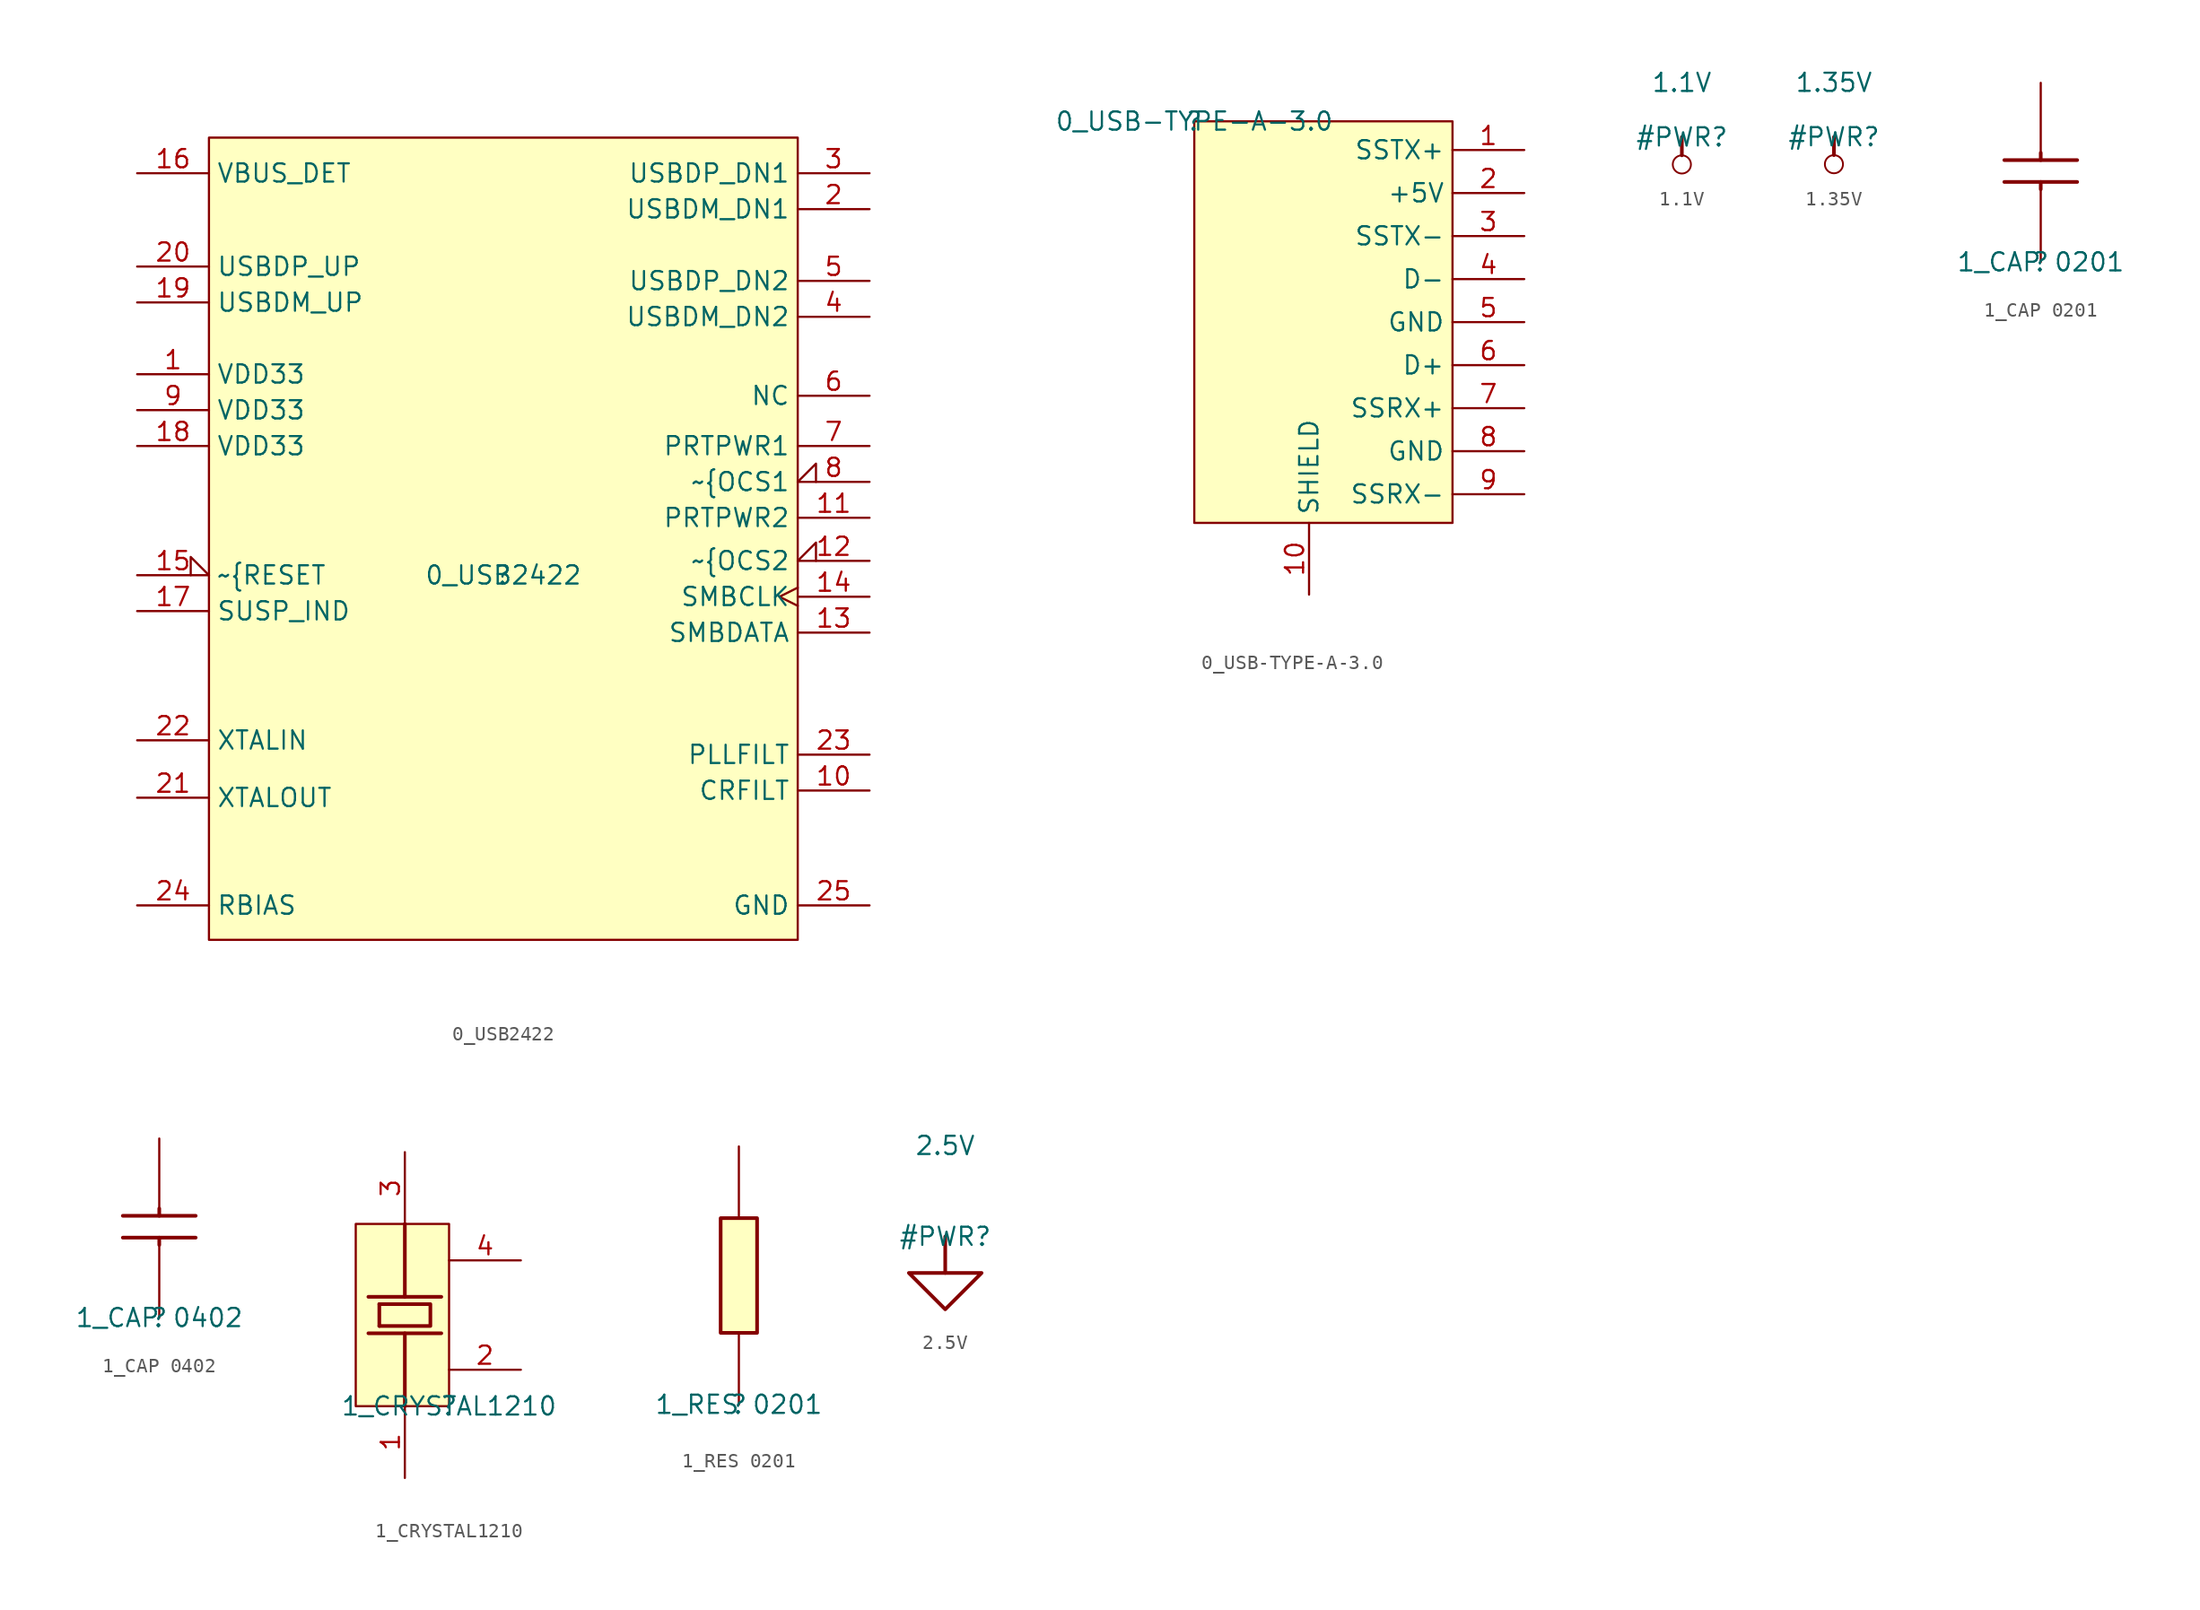
<source format=kicad_sym>
(kicad_symbol_lib
  (version 20210619)
  (generator kicad_symbol_editor)
  (symbol "e-verest-altium-import:0_USB2422"
    (property "Reference" ""
      (at 0 0 0)
      (effects (font (size 1.27 1.27))))
    (property "Value" "0_USB2422"
      (at 0 0 0)
      (effects (font (size 1.27 1.27))))
    (symbol "0_USB2422_1_0"
      (rectangle (start 20.5 30.48) (end -20.5 -25.4) (stroke (width 0)) (fill (type background)))
      (pin passive line (at 25.5 -23 180) (length 5) (name "GND" (effects (font (size 1.27 1.27)))) (number "25" (effects (font (size 1.27 1.27)))))
      (pin power_in line (at -25.5 14 0) (length 5) (name "VDD33" (effects (font (size 1.27 1.27)))) (number "1" (effects (font (size 1.27 1.27)))))
      (pin passive line (at 25.5 -15 180) (length 5) (name "CRFILT" (effects (font (size 1.27 1.27)))) (number "10" (effects (font (size 1.27 1.27)))))
      (pin output line (at 25.5 4 180) (length 5) (name "PRTPWR2" (effects (font (size 1.27 1.27)))) (number "11" (effects (font (size 1.27 1.27)))))
      (pin passive input_low (at 25.5 1 180) (length 5) (name "~{OCS2" (effects (font (size 1.27 1.27)))) (number "12" (effects (font (size 1.27 1.27)))))
      (pin bidirectional line (at 25.5 -4 180) (length 5) (name "SMBDATA" (effects (font (size 1.27 1.27)))) (number "13" (effects (font (size 1.27 1.27)))))
      (pin passive clock (at 25.5 -1.5 180) (length 5) (name "SMBCLK" (effects (font (size 1.27 1.27)))) (number "14" (effects (font (size 1.27 1.27)))))
      (pin passive input_low (at -25.5 0 0) (length 5) (name "~{RESET" (effects (font (size 1.27 1.27)))) (number "15" (effects (font (size 1.27 1.27)))))
      (pin passive line (at -25.5 28 0) (length 5) (name "VBUS_DET" (effects (font (size 1.27 1.27)))) (number "16" (effects (font (size 1.27 1.27)))))
      (pin passive line (at -25.5 -2.5 0) (length 5) (name "SUSP_IND" (effects (font (size 1.27 1.27)))) (number "17" (effects (font (size 1.27 1.27)))))
      (pin power_in line (at -25.5 9 0) (length 5) (name "VDD33" (effects (font (size 1.27 1.27)))) (number "18" (effects (font (size 1.27 1.27)))))
      (pin passive line (at -25.5 19 0) (length 5) (name "USBDM_UP" (effects (font (size 1.27 1.27)))) (number "19" (effects (font (size 1.27 1.27)))))
      (pin passive line (at 25.5 25.5 180) (length 5) (name "USBDM_DN1" (effects (font (size 1.27 1.27)))) (number "2" (effects (font (size 1.27 1.27)))))
      (pin passive line (at -25.5 21.5 0) (length 5) (name "USBDP_UP" (effects (font (size 1.27 1.27)))) (number "20" (effects (font (size 1.27 1.27)))))
      (pin passive line (at -25.5 -15.5 0) (length 5) (name "XTALOUT" (effects (font (size 1.27 1.27)))) (number "21" (effects (font (size 1.27 1.27)))))
      (pin passive line (at -25.5 -11.5 0) (length 5) (name "XTALIN" (effects (font (size 1.27 1.27)))) (number "22" (effects (font (size 1.27 1.27)))))
      (pin passive line (at 25.5 -12.5 180) (length 5) (name "PLLFILT" (effects (font (size 1.27 1.27)))) (number "23" (effects (font (size 1.27 1.27)))))
      (pin passive line (at -25.5 -23 0) (length 5) (name "RBIAS" (effects (font (size 1.27 1.27)))) (number "24" (effects (font (size 1.27 1.27)))))
      (pin passive line (at 25.5 28 180) (length 5) (name "USBDP_DN1" (effects (font (size 1.27 1.27)))) (number "3" (effects (font (size 1.27 1.27)))))
      (pin passive line (at 25.5 18 180) (length 5) (name "USBDM_DN2" (effects (font (size 1.27 1.27)))) (number "4" (effects (font (size 1.27 1.27)))))
      (pin passive line (at 25.5 20.5 180) (length 5) (name "USBDP_DN2" (effects (font (size 1.27 1.27)))) (number "5" (effects (font (size 1.27 1.27)))))
      (pin passive line (at 25.5 12.5 180) (length 5) (name "NC" (effects (font (size 1.27 1.27)))) (number "6" (effects (font (size 1.27 1.27)))))
      (pin output line (at 25.5 9 180) (length 5) (name "PRTPWR1" (effects (font (size 1.27 1.27)))) (number "7" (effects (font (size 1.27 1.27)))))
      (pin passive input_low (at 25.5 6.5 180) (length 5) (name "~{OCS1" (effects (font (size 1.27 1.27)))) (number "8" (effects (font (size 1.27 1.27)))))
      (pin power_in line (at -25.5 11.5 0) (length 5) (name "VDD33" (effects (font (size 1.27 1.27)))) (number "9" (effects (font (size 1.27 1.27)))))))
  (symbol "e-verest-altium-import:0_USB-TYPE-A-3.0"
    (property "Reference" ""
      (at 0 0 0)
      (effects (font (size 1.27 1.27))))
    (property "Value" "0_USB-TYPE-A-3.0"
      (at 0 0 0)
      (effects (font (size 1.27 1.27))))
    (symbol "0_USB-TYPE-A-3.0_1_0"
      (rectangle (start 18 0) (end 0 -28) (stroke (width 0)) (fill (type background)))
      (pin output line (at 23 -2 180) (length 5) (name "SSTX+" (effects (font (size 1.27 1.27)))) (number "1" (effects (font (size 1.27 1.27)))))
      (pin passive line (at 8 -33 90) (length 5) (name "SHIELD" (effects (font (size 1.27 1.27)))) (number "10" (effects (font (size 1.27 1.27)))))
      (pin power_in line (at 23 -5 180) (length 5) (name "+5V" (effects (font (size 1.27 1.27)))) (number "2" (effects (font (size 1.27 1.27)))))
      (pin output line (at 23 -8 180) (length 5) (name "SSTX-" (effects (font (size 1.27 1.27)))) (number "3" (effects (font (size 1.27 1.27)))))
      (pin bidirectional line (at 23 -11 180) (length 5) (name "D-" (effects (font (size 1.27 1.27)))) (number "4" (effects (font (size 1.27 1.27)))))
      (pin passive line (at 23 -14 180) (length 5) (name "GND" (effects (font (size 1.27 1.27)))) (number "5" (effects (font (size 1.27 1.27)))))
      (pin bidirectional line (at 23 -17 180) (length 5) (name "D+" (effects (font (size 1.27 1.27)))) (number "6" (effects (font (size 1.27 1.27)))))
      (pin input line (at 23 -20 180) (length 5) (name "SSRX+" (effects (font (size 1.27 1.27)))) (number "7" (effects (font (size 1.27 1.27)))))
      (pin power_in line (at 23 -23 180) (length 5) (name "GND" (effects (font (size 1.27 1.27)))) (number "8" (effects (font (size 1.27 1.27)))))
      (pin input line (at 23 -26 180) (length 5) (name "SSRX-" (effects (font (size 1.27 1.27)))) (number "9" (effects (font (size 1.27 1.27)))))))
  (symbol "e-verest-altium-import:1.1V"
    (power)
    (property "Reference" "#PWR"
      (at 0 0 0)
      (effects (font (size 1.27 1.27))))
    (property "Value" "1.1V"
      (at 0 3.81 0)
      (effects (font (size 1.27 1.27))))
    (symbol "1.1V_0_0"
      (circle (center 0 -1.905) (radius 0.635) (stroke (width 0.127)) (fill (type none)))
      (polyline (pts (xy 0 0) (xy 0 -1.27)) (stroke (width 0.254)) (fill (type none)))
      (pin power_in line (at 0 0 0) (length 0) hide (name "1.1V" (effects (font (size 1.27 1.27)))) (number "" (effects (font (size 1.27 1.27)))))))
  (symbol "e-verest-altium-import:1.35V"
    (power)
    (property "Reference" "#PWR"
      (at 0 0 0)
      (effects (font (size 1.27 1.27))))
    (property "Value" "1.35V"
      (at 0 3.81 0)
      (effects (font (size 1.27 1.27))))
    (symbol "1.35V_0_0"
      (circle (center 0 -1.905) (radius 0.635) (stroke (width 0.127)) (fill (type none)))
      (polyline (pts (xy 0 0) (xy 0 -1.27)) (stroke (width 0.254)) (fill (type none)))
      (pin power_in line (at 0 0 0) (length 0) hide (name "1.35V" (effects (font (size 1.27 1.27)))) (number "" (effects (font (size 1.27 1.27)))))))
  (symbol "e-verest-altium-import:1_CAP 0201"
    (property "Reference" ""
      (at 0 0 0)
      (effects (font (size 1.27 1.27))))
    (property "Value" "1_CAP 0201"
      (at 0 0 0)
      (effects (font (size 1.27 1.27))))
    (symbol "1_CAP 0201_1_0"
      (polyline (pts (xy 0 7.112) (xy 0 7.62)) (stroke (width 0.254)) (fill (type none)))
      (polyline (pts (xy -2.54 5.588) (xy 2.54 5.588)) (stroke (width 0.254)) (fill (type none)))
      (polyline (pts (xy -2.54 7.112) (xy 2.54 7.112)) (stroke (width 0.254)) (fill (type none)))
      (polyline (pts (xy 0 5.08) (xy 0 5.588)) (stroke (width 0.254)) (fill (type none)))
      (pin passive line (at 0 0 90) (length 5) (name "1" (effects (font (size 0 0)))) (number "1" (effects (font (size 0 0)))))
      (pin passive line (at 0 12.5 270) (length 5) (name "2" (effects (font (size 0 0)))) (number "2" (effects (font (size 0 0)))))))
  (symbol "e-verest-altium-import:1_CAP 0402"
    (property "Reference" ""
      (at 0 0 0)
      (effects (font (size 1.27 1.27))))
    (property "Value" "1_CAP 0402"
      (at 0 0 0)
      (effects (font (size 1.27 1.27))))
    (symbol "1_CAP 0402_1_0"
      (polyline (pts (xy 0 7.112) (xy 0 7.62)) (stroke (width 0.254)) (fill (type none)))
      (polyline (pts (xy -2.54 5.588) (xy 2.54 5.588)) (stroke (width 0.254)) (fill (type none)))
      (polyline (pts (xy -2.54 7.112) (xy 2.54 7.112)) (stroke (width 0.254)) (fill (type none)))
      (polyline (pts (xy 0 5.08) (xy 0 5.588)) (stroke (width 0.254)) (fill (type none)))
      (pin passive line (at 0 0 90) (length 5) (name "1" (effects (font (size 0 0)))) (number "1" (effects (font (size 0 0)))))
      (pin passive line (at 0 12.5 270) (length 5) (name "2" (effects (font (size 0 0)))) (number "2" (effects (font (size 0 0)))))))
  (symbol "e-verest-altium-import:1_CRYSTAL1210"
    (property "Reference" ""
      (at 0 0 0)
      (effects (font (size 1.27 1.27))))
    (property "Value" "1_CRYSTAL1210"
      (at 0 0 0)
      (effects (font (size 1.27 1.27))))
    (symbol "1_CRYSTAL1210_1_0"
      (rectangle (start 0 12.7) (end -6.5 0) (stroke (width 0)) (fill (type background)))
      (polyline (pts (xy -3.08 7.62) (xy -3.08 12.7)) (stroke (width 0.254)) (fill (type none)))
      (polyline (pts (xy -5.62 5.08) (xy -0.54 5.08)) (stroke (width 0.254)) (fill (type none)))
      (polyline (pts (xy -5.62 7.62) (xy -0.54 7.62)) (stroke (width 0.254)) (fill (type none)))
      (polyline (pts (xy -4.858 5.588) (xy -4.858 7.112)) (stroke (width 0.254)) (fill (type none)))
      (polyline (pts (xy -3.08 0) (xy -3.08 5.08)) (stroke (width 0.254)) (fill (type none)))
      (polyline (pts (xy -4.858 7.112) (xy -1.302 7.112) (xy -1.302 5.588) (xy -4.858 5.588)) (stroke (width 0.254)) (fill (type none)))
      (pin passive line (at -3.08 -5 90) (length 5) (name "X1" (effects (font (size 0 0)))) (number "1" (effects (font (size 1.27 1.27)))))
      (pin passive line (at 5 2.54 180) (length 5) (name "GND" (effects (font (size 0 0)))) (number "2" (effects (font (size 1.27 1.27)))))
      (pin passive line (at -3.08 17.7 270) (length 5) (name "X2" (effects (font (size 0 0)))) (number "3" (effects (font (size 1.27 1.27)))))
      (pin passive line (at 5 10.16 180) (length 5) (name "GND" (effects (font (size 0 0)))) (number "4" (effects (font (size 1.27 1.27)))))))
  (symbol "e-verest-altium-import:1_RES 0201"
    (property "Reference" ""
      (at 0 0 0)
      (effects (font (size 1.27 1.27))))
    (property "Value" "1_RES 0201"
      (at 0 0 0)
      (effects (font (size 1.27 1.27))))
    (symbol "1_RES 0201_1_0"
      (rectangle (start 1.27 13) (end -1.27 5) (stroke (width 0.254)) (fill (type background)))
      (pin passive line (at 0 18 270) (length 5) (name "2" (effects (font (size 0 0)))) (number "2" (effects (font (size 0 0)))))
      (pin passive line (at 0 0 90) (length 5) (name "1" (effects (font (size 0 0)))) (number "1" (effects (font (size 0 0)))))))
  (symbol "e-verest-altium-import:2.5V"
    (power)
    (property "Reference" "#PWR"
      (at 0 0 0)
      (effects (font (size 1.27 1.27))))
    (property "Value" "2.5V"
      (at 0 6.35 0)
      (effects (font (size 1.27 1.27))))
    (symbol "2.5V_0_0"
      (polyline (pts (xy -2.54 -2.54) (xy 2.54 -2.54) (xy 0 -5.08) (xy -2.54 -2.54)) (stroke (width 0.254)) (fill (type none)))
      (polyline (pts (xy 0 0) (xy 0 -2.54)) (stroke (width 0.254)) (fill (type none)))
      (pin power_in line (at 0 0 0) (length 0) hide (name "2.5V" (effects (font (size 1.27 1.27)))) (number "" (effects (font (size 1.27 1.27))))))))
</source>
